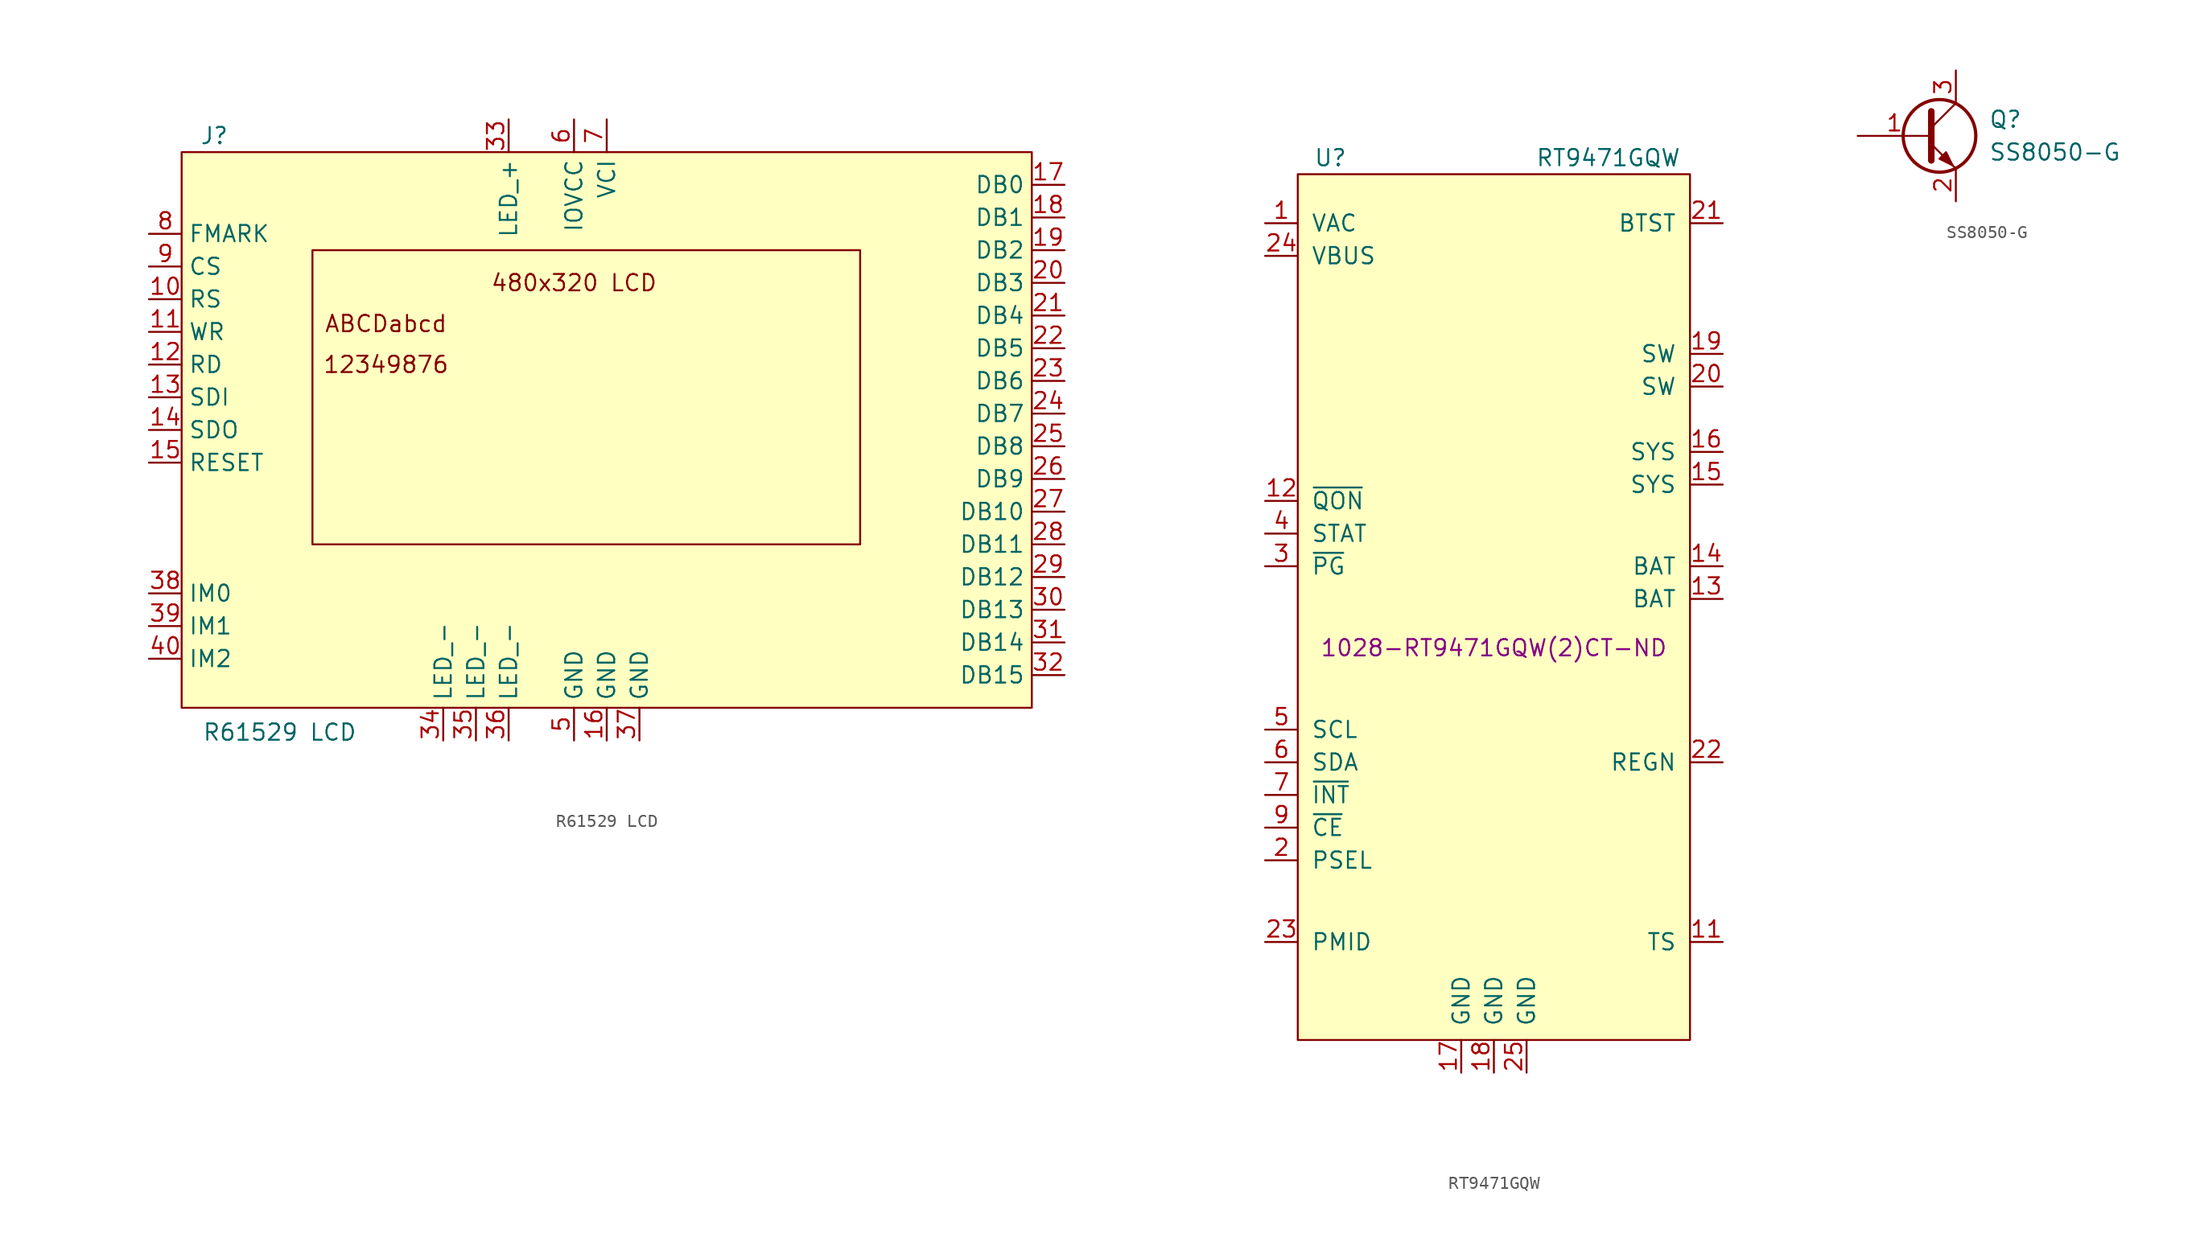
<source format=kicad_sym>
(kicad_symbol_lib
  (version 20211014)
  (generator kicad_symbol_editor)
  (symbol "R61529 LCD"
    (property "Reference" "J"
      (at -30.48 22.86 0)
      (effects (font (size 1.27 1.27))))
    (property "Value" "R61529 LCD"
      (at -25.4 -23.495 0)
      (effects (font (size 1.27 1.27))))
    (symbol "R61529 LCD_0_0"
      (text "12349876" (at -17.145 5.08 0) (effects (font (size 1.27 1.27))))
      (text "480x320 LCD" (at -2.54 11.43 0) (effects (font (size 1.27 1.27))))
      (text "ABCDabcd" (at -17.145 8.255 0) (effects (font (size 1.27 1.27)))))
    (symbol "R61529 LCD_0_1"
      (rectangle (start -33.02 21.59) (end 33.02 -21.59) (stroke (width 0) (type default) (color 0 0 0 0)) (fill (type background)))
      (rectangle (start -22.86 13.97) (end 19.685 -8.89) (stroke (width 0) (type default) (color 0 0 0 0)) (fill (type none))))
    (symbol "R61529 LCD_1_1"
      (pin no_connect line (at -35.56 -3.81 0) (length 2.54) hide (name "" (effects (font (size 1.27 1.27)))) (number "1" (effects (font (size 1.27 1.27)))))
      (pin input line (at -35.56 10.16 0) (length 2.54) (name "RS" (effects (font (size 1.27 1.27)))) (number "10" (effects (font (size 1.27 1.27)))))
      (pin input line (at -35.56 7.62 0) (length 2.54) (name "WR" (effects (font (size 1.27 1.27)))) (number "11" (effects (font (size 1.27 1.27)))))
      (pin input line (at -35.56 5.08 0) (length 2.54) (name "RD" (effects (font (size 1.27 1.27)))) (number "12" (effects (font (size 1.27 1.27)))))
      (pin bidirectional line (at -35.56 2.54 0) (length 2.54) (name "SDI" (effects (font (size 1.27 1.27)))) (number "13" (effects (font (size 1.27 1.27)))))
      (pin output line (at -35.56 0 0) (length 2.54) (name "SDO" (effects (font (size 1.27 1.27)))) (number "14" (effects (font (size 1.27 1.27)))))
      (pin input line (at -35.56 -2.54 0) (length 2.54) (name "RESET" (effects (font (size 1.27 1.27)))) (number "15" (effects (font (size 1.27 1.27)))))
      (pin power_in line (at 0 -24.13 90) (length 2.54) (name "GND" (effects (font (size 1.27 1.27)))) (number "16" (effects (font (size 1.27 1.27)))))
      (pin bidirectional line (at 35.56 19.05 180) (length 2.54) (name "DB0" (effects (font (size 1.27 1.27)))) (number "17" (effects (font (size 1.27 1.27)))))
      (pin bidirectional line (at 35.56 16.51 180) (length 2.54) (name "DB1" (effects (font (size 1.27 1.27)))) (number "18" (effects (font (size 1.27 1.27)))))
      (pin bidirectional line (at 35.56 13.97 180) (length 2.54) (name "DB2" (effects (font (size 1.27 1.27)))) (number "19" (effects (font (size 1.27 1.27)))))
      (pin no_connect line (at -35.56 -3.81 0) (length 2.54) hide (name "" (effects (font (size 1.27 1.27)))) (number "2" (effects (font (size 1.27 1.27)))))
      (pin bidirectional line (at 35.56 11.43 180) (length 2.54) (name "DB3" (effects (font (size 1.27 1.27)))) (number "20" (effects (font (size 1.27 1.27)))))
      (pin bidirectional line (at 35.56 8.89 180) (length 2.54) (name "DB4" (effects (font (size 1.27 1.27)))) (number "21" (effects (font (size 1.27 1.27)))))
      (pin bidirectional line (at 35.56 6.35 180) (length 2.54) (name "DB5" (effects (font (size 1.27 1.27)))) (number "22" (effects (font (size 1.27 1.27)))))
      (pin bidirectional line (at 35.56 3.81 180) (length 2.54) (name "DB6" (effects (font (size 1.27 1.27)))) (number "23" (effects (font (size 1.27 1.27)))))
      (pin bidirectional line (at 35.56 1.27 180) (length 2.54) (name "DB7" (effects (font (size 1.27 1.27)))) (number "24" (effects (font (size 1.27 1.27)))))
      (pin bidirectional line (at 35.56 -1.27 180) (length 2.54) (name "DB8" (effects (font (size 1.27 1.27)))) (number "25" (effects (font (size 1.27 1.27)))))
      (pin bidirectional line (at 35.56 -3.81 180) (length 2.54) (name "DB9" (effects (font (size 1.27 1.27)))) (number "26" (effects (font (size 1.27 1.27)))))
      (pin bidirectional line (at 35.56 -6.35 180) (length 2.54) (name "DB10" (effects (font (size 1.27 1.27)))) (number "27" (effects (font (size 1.27 1.27)))))
      (pin bidirectional line (at 35.56 -8.89 180) (length 2.54) (name "DB11" (effects (font (size 1.27 1.27)))) (number "28" (effects (font (size 1.27 1.27)))))
      (pin bidirectional line (at 35.56 -11.43 180) (length 2.54) (name "DB12" (effects (font (size 1.27 1.27)))) (number "29" (effects (font (size 1.27 1.27)))))
      (pin no_connect line (at -35.56 -3.81 0) (length 2.54) hide (name "" (effects (font (size 1.27 1.27)))) (number "3" (effects (font (size 1.27 1.27)))))
      (pin bidirectional line (at 35.56 -13.97 180) (length 2.54) (name "DB13" (effects (font (size 1.27 1.27)))) (number "30" (effects (font (size 1.27 1.27)))))
      (pin bidirectional line (at 35.56 -16.51 180) (length 2.54) (name "DB14" (effects (font (size 1.27 1.27)))) (number "31" (effects (font (size 1.27 1.27)))))
      (pin bidirectional line (at 35.56 -19.05 180) (length 2.54) (name "DB15" (effects (font (size 1.27 1.27)))) (number "32" (effects (font (size 1.27 1.27)))))
      (pin power_in line (at -7.62 24.13 270) (length 2.54) (name "LED_+" (effects (font (size 1.27 1.27)))) (number "33" (effects (font (size 1.27 1.27)))))
      (pin power_in line (at -12.7 -24.13 90) (length 2.54) (name "LED_-" (effects (font (size 1.27 1.27)))) (number "34" (effects (font (size 1.27 1.27)))))
      (pin power_in line (at -10.16 -24.13 90) (length 2.54) (name "LED_-" (effects (font (size 1.27 1.27)))) (number "35" (effects (font (size 1.27 1.27)))))
      (pin power_in line (at -7.62 -24.13 90) (length 2.54) (name "LED_-" (effects (font (size 1.27 1.27)))) (number "36" (effects (font (size 1.27 1.27)))))
      (pin power_in line (at 2.54 -24.13 90) (length 2.54) (name "GND" (effects (font (size 1.27 1.27)))) (number "37" (effects (font (size 1.27 1.27)))))
      (pin input line (at -35.56 -12.7 0) (length 2.54) (name "IM0" (effects (font (size 1.27 1.27)))) (number "38" (effects (font (size 1.27 1.27)))))
      (pin input line (at -35.56 -15.24 0) (length 2.54) (name "IM1" (effects (font (size 1.27 1.27)))) (number "39" (effects (font (size 1.27 1.27)))))
      (pin no_connect line (at -35.56 -3.81 0) (length 2.54) hide (name "" (effects (font (size 1.27 1.27)))) (number "4" (effects (font (size 1.27 1.27)))))
      (pin input line (at -35.56 -17.78 0) (length 2.54) (name "IM2" (effects (font (size 1.27 1.27)))) (number "40" (effects (font (size 1.27 1.27)))))
      (pin power_in line (at -2.54 -24.13 90) (length 2.54) (name "GND" (effects (font (size 1.27 1.27)))) (number "5" (effects (font (size 1.27 1.27)))))
      (pin power_in line (at -2.54 24.13 270) (length 2.54) (name "IOVCC" (effects (font (size 1.27 1.27)))) (number "6" (effects (font (size 1.27 1.27)))))
      (pin power_in line (at 0 24.13 270) (length 2.54) (name "VCI" (effects (font (size 1.27 1.27)))) (number "7" (effects (font (size 1.27 1.27)))))
      (pin output line (at -35.56 15.24 0) (length 2.54) (name "FMARK" (effects (font (size 1.27 1.27)))) (number "8" (effects (font (size 1.27 1.27)))))
      (pin input line (at -35.56 12.7 0) (length 2.54) (name "CS" (effects (font (size 1.27 1.27)))) (number "9" (effects (font (size 1.27 1.27)))))))
  (symbol "RT9471GQW"
    (pin_names
      (offset 1.016))
    (property "Reference" "U"
      (at -12.7 33.02 0)
      (effects (font (size 1.27 1.27))))
    (property "Value" "RT9471GQW"
      (at 8.89 33.02 0)
      (effects (font (size 1.27 1.27))))
    (property "Digikey" "1028-RT9471GQW(2)CT-ND"
      (at 0 -5.08 0)
      (effects (font (size 1.27 1.27))))
    (symbol "RT9471GQW_0_1"
      (rectangle (start -15.24 31.75) (end 15.24 -35.56) (stroke (width 0) (type default) (color 0 0 0 0)) (fill (type background))))
    (symbol "RT9471GQW_1_1"
      (pin power_in line (at -17.78 27.94 0) (length 2.54) (name "VAC" (effects (font (size 1.27 1.27)))) (number "1" (effects (font (size 1.27 1.27)))))
      (pin no_connect line (at 17.78 -5.08 180) (length 2.54) hide (name "NC" (effects (font (size 1.27 1.27)))) (number "10" (effects (font (size 1.27 1.27)))))
      (pin input line (at 17.78 -27.94 180) (length 2.54) (name "TS" (effects (font (size 1.27 1.27)))) (number "11" (effects (font (size 1.27 1.27)))))
      (pin input line (at -17.78 6.35 0) (length 2.54) (name "~{QON}" (effects (font (size 1.27 1.27)))) (number "12" (effects (font (size 1.27 1.27)))))
      (pin passive line (at 17.78 -1.27 180) (length 2.54) (name "BAT" (effects (font (size 1.27 1.27)))) (number "13" (effects (font (size 1.27 1.27)))))
      (pin passive line (at 17.78 1.27 180) (length 2.54) (name "BAT" (effects (font (size 1.27 1.27)))) (number "14" (effects (font (size 1.27 1.27)))))
      (pin passive line (at 17.78 7.62 180) (length 2.54) (name "SYS" (effects (font (size 1.27 1.27)))) (number "15" (effects (font (size 1.27 1.27)))))
      (pin passive line (at 17.78 10.16 180) (length 2.54) (name "SYS" (effects (font (size 1.27 1.27)))) (number "16" (effects (font (size 1.27 1.27)))))
      (pin passive line (at -2.54 -38.1 90) (length 2.54) (name "GND" (effects (font (size 1.27 1.27)))) (number "17" (effects (font (size 1.27 1.27)))))
      (pin passive line (at 0 -38.1 90) (length 2.54) (name "GND" (effects (font (size 1.27 1.27)))) (number "18" (effects (font (size 1.27 1.27)))))
      (pin passive line (at 17.78 17.78 180) (length 2.54) (name "SW" (effects (font (size 1.27 1.27)))) (number "19" (effects (font (size 1.27 1.27)))))
      (pin input line (at -17.78 -21.59 0) (length 2.54) (name "PSEL" (effects (font (size 1.27 1.27)))) (number "2" (effects (font (size 1.27 1.27)))))
      (pin passive line (at 17.78 15.24 180) (length 2.54) (name "SW" (effects (font (size 1.27 1.27)))) (number "20" (effects (font (size 1.27 1.27)))))
      (pin passive line (at 17.78 27.94 180) (length 2.54) (name "BTST" (effects (font (size 1.27 1.27)))) (number "21" (effects (font (size 1.27 1.27)))))
      (pin passive line (at 17.78 -13.97 180) (length 2.54) (name "REGN" (effects (font (size 1.27 1.27)))) (number "22" (effects (font (size 1.27 1.27)))))
      (pin passive line (at -17.78 -27.94 0) (length 2.54) (name "PMID" (effects (font (size 1.27 1.27)))) (number "23" (effects (font (size 1.27 1.27)))))
      (pin power_in line (at -17.78 25.4 0) (length 2.54) (name "VBUS" (effects (font (size 1.27 1.27)))) (number "24" (effects (font (size 1.27 1.27)))))
      (pin passive line (at 2.54 -38.1 90) (length 2.54) (name "GND" (effects (font (size 1.27 1.27)))) (number "25" (effects (font (size 1.27 1.27)))))
      (pin open_collector line (at -17.78 1.27 0) (length 2.54) (name "~{PG}" (effects (font (size 1.27 1.27)))) (number "3" (effects (font (size 1.27 1.27)))))
      (pin open_collector line (at -17.78 3.81 0) (length 2.54) (name "STAT" (effects (font (size 1.27 1.27)))) (number "4" (effects (font (size 1.27 1.27)))))
      (pin input line (at -17.78 -11.43 0) (length 2.54) (name "SCL" (effects (font (size 1.27 1.27)))) (number "5" (effects (font (size 1.27 1.27)))))
      (pin bidirectional line (at -17.78 -13.97 0) (length 2.54) (name "SDA" (effects (font (size 1.27 1.27)))) (number "6" (effects (font (size 1.27 1.27)))))
      (pin open_collector line (at -17.78 -16.51 0) (length 2.54) (name "~{INT}" (effects (font (size 1.27 1.27)))) (number "7" (effects (font (size 1.27 1.27)))))
      (pin no_connect line (at 17.78 -7.62 180) (length 2.54) hide (name "NC" (effects (font (size 1.27 1.27)))) (number "8" (effects (font (size 1.27 1.27)))))
      (pin input line (at -17.78 -19.05 0) (length 2.54) (name "~{CE}" (effects (font (size 1.27 1.27)))) (number "9" (effects (font (size 1.27 1.27)))))))
  (symbol "SS8050-G"
    (pin_names
      (offset 0) hide)
    (property "Reference" "Q"
      (at 5.08 1.27 0)
      (effects (font (size 1.27 1.27)) (justify left)))
    (property "Value" "SS8050-G"
      (at 5.08 -1.27 0)
      (effects (font (size 1.27 1.27)) (justify left)))
    (symbol "SS8050-G_0_1"
      (polyline (pts (xy 0.635 0.635) (xy 2.54 2.54)) (stroke (width 0) (type default) (color 0 0 0 0)) (fill (type none)))
      (polyline (pts (xy 0.635 -0.635) (xy 2.54 -2.54) (xy 2.54 -2.54)) (stroke (width 0) (type default) (color 0 0 0 0)) (fill (type none)))
      (polyline (pts (xy 0.635 1.905) (xy 0.635 -1.905) (xy 0.635 -1.905)) (stroke (width 0.508) (type default) (color 0 0 0 0)) (fill (type none)))
      (polyline (pts (xy 1.27 -1.778) (xy 1.778 -1.27) (xy 2.286 -2.286) (xy 1.27 -1.778) (xy 1.27 -1.778)) (stroke (width 0) (type default) (color 0 0 0 0)) (fill (type outline)))
      (circle (center 1.27 0) (radius 2.819) (stroke (width 0.254) (type default) (color 0 0 0 0)) (fill (type none))))
    (symbol "SS8050-G_1_1"
      (pin input line (at -5.08 0 0) (length 5.715) (name "B" (effects (font (size 1.27 1.27)))) (number "1" (effects (font (size 1.27 1.27)))))
      (pin passive line (at 2.54 -5.08 90) (length 2.54) (name "E" (effects (font (size 1.27 1.27)))) (number "2" (effects (font (size 1.27 1.27)))))
      (pin passive line (at 2.54 5.08 270) (length 2.54) (name "C" (effects (font (size 1.27 1.27)))) (number "3" (effects (font (size 1.27 1.27))))))))
</source>
